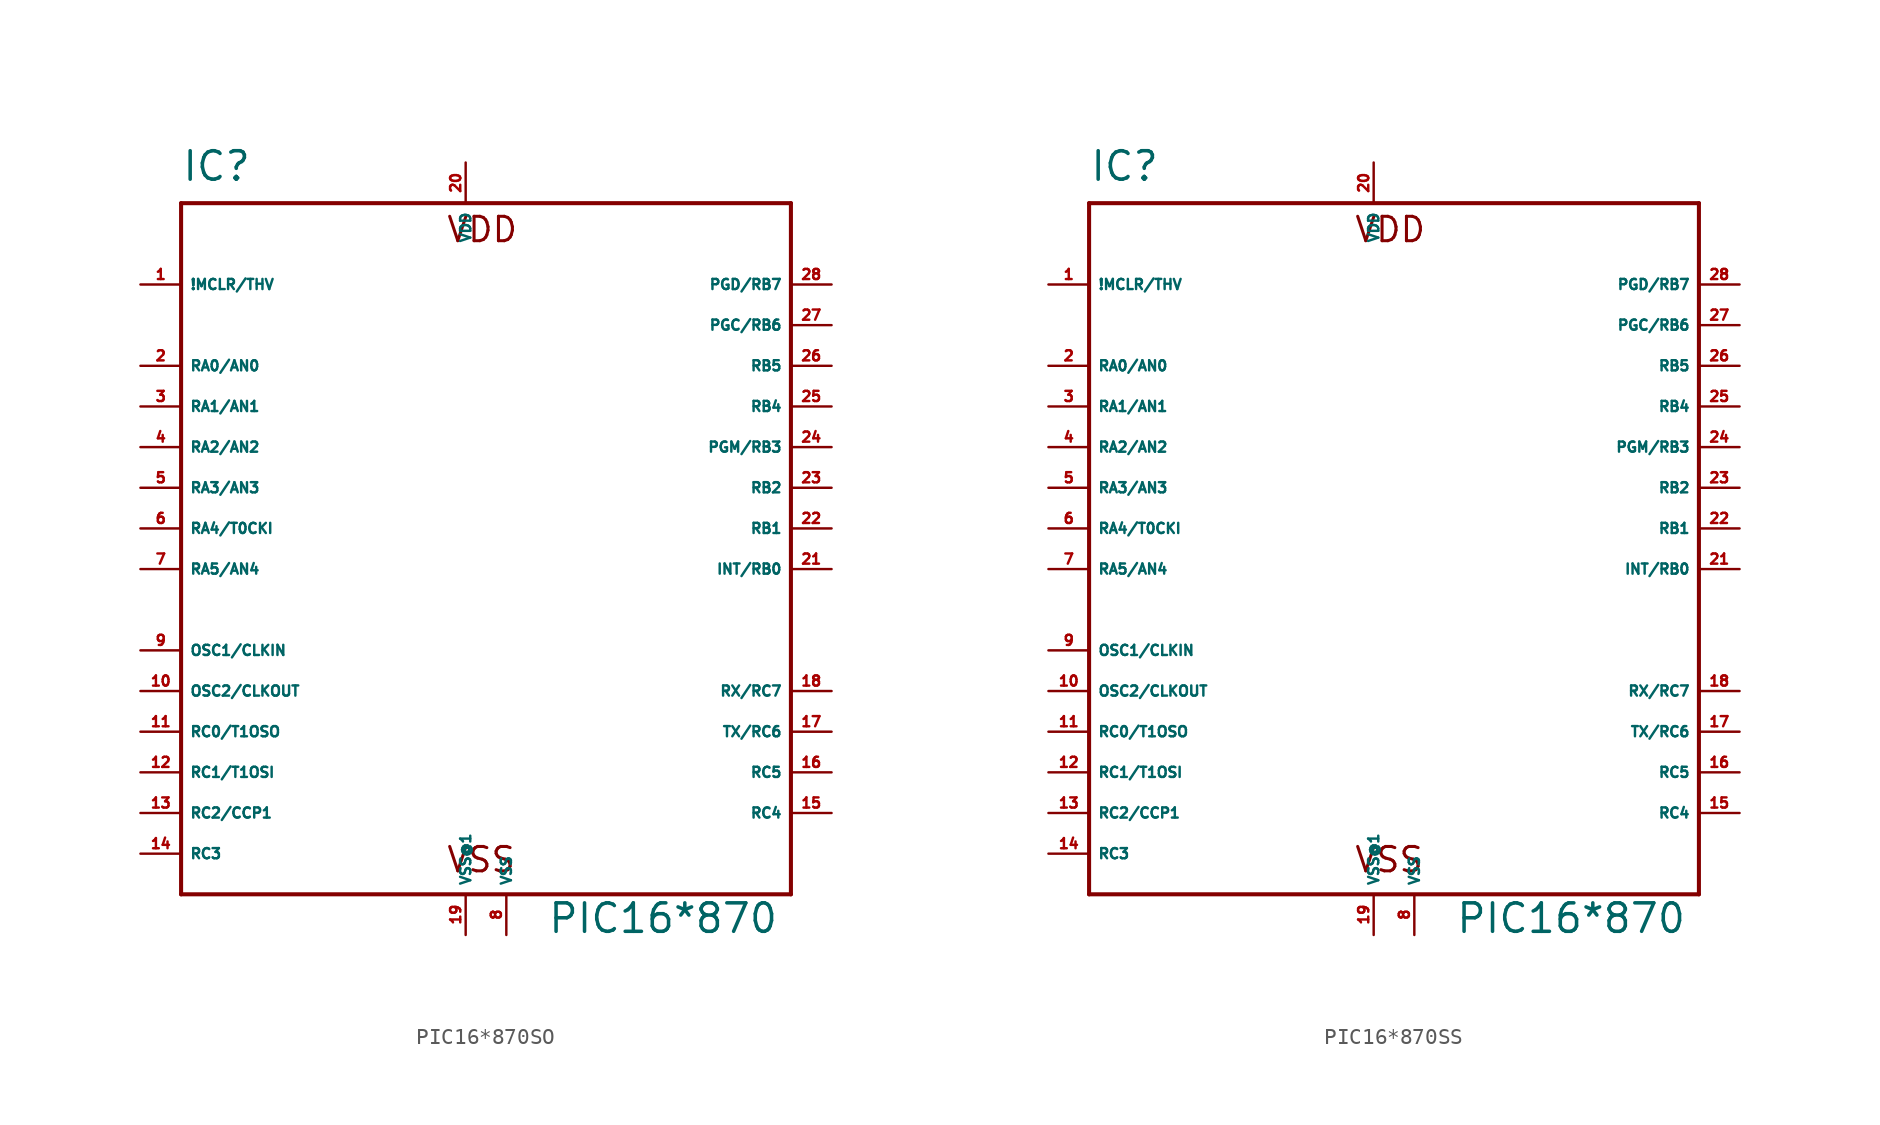
<source format=kicad_sym>
(kicad_symbol_lib
  (version 20220914)
  (generator Eagle2Kicad)
  (symbol "PIC16*870SO"
    (property "Reference" "IC"
      (at -20.32 26.67 0)
      (effects (font (size 1.778 1.778) (thickness 0.22)) (justify left bottom)))
    (property "Value" "PIC16*870"
      (at 2.54 -20.32 0)
      (effects (font (size 1.778 1.778) (thickness 0.22)) (justify left bottom)))
    (polyline
      (pts (xy -20.32 25.4) (xy 17.78 25.4))
      (stroke (width 0.254) (type default))
      (fill (type none)))
    (polyline
      (pts (xy 17.78 25.4) (xy 17.78 -17.78))
      (stroke (width 0.254) (type default))
      (fill (type none)))
    (polyline
      (pts (xy 17.78 -17.78) (xy -20.32 -17.78))
      (stroke (width 0.254) (type default))
      (fill (type none)))
    (polyline
      (pts (xy -20.32 -17.78) (xy -20.32 25.4))
      (stroke (width 0.254) (type default))
      (fill (type none)))
    (text "VDD"
      (at -3.81 22.86 0)
      (effects (font (size 1.524 1.524) (thickness 0.19)) (justify left bottom)))
    (text "VSS"
      (at -3.81 -16.51 0)
      (effects (font (size 1.524 1.524) (thickness 0.19)) (justify left bottom)))
    (pin input line
      (at -22.86 20.32 0)
      (length 2.54)
      (name "!MCLR/THV" (effects (font (size 0.635 0.635) (thickness 0.08)) (justify left bottom)))
      (number "1" (effects (font (size 0.635 0.635) (thickness 0.08)) (justify left bottom))))
    (pin bidirectional line
      (at -22.86 15.24 0)
      (length 2.54)
      (name "RA0/AN0" (effects (font (size 0.635 0.635) (thickness 0.08)) (justify left bottom)))
      (number "2" (effects (font (size 0.635 0.635) (thickness 0.08)) (justify left bottom))))
    (pin bidirectional line
      (at -22.86 12.7 0)
      (length 2.54)
      (name "RA1/AN1" (effects (font (size 0.635 0.635) (thickness 0.08)) (justify left bottom)))
      (number "3" (effects (font (size 0.635 0.635) (thickness 0.08)) (justify left bottom))))
    (pin bidirectional line
      (at -22.86 10.16 0)
      (length 2.54)
      (name "RA2/AN2" (effects (font (size 0.635 0.635) (thickness 0.08)) (justify left bottom)))
      (number "4" (effects (font (size 0.635 0.635) (thickness 0.08)) (justify left bottom))))
    (pin bidirectional line
      (at -22.86 7.62 0)
      (length 2.54)
      (name "RA3/AN3" (effects (font (size 0.635 0.635) (thickness 0.08)) (justify left bottom)))
      (number "5" (effects (font (size 0.635 0.635) (thickness 0.08)) (justify left bottom))))
    (pin bidirectional line
      (at -22.86 5.08 0)
      (length 2.54)
      (name "RA4/T0CKI" (effects (font (size 0.635 0.635) (thickness 0.08)) (justify left bottom)))
      (number "6" (effects (font (size 0.635 0.635) (thickness 0.08)) (justify left bottom))))
    (pin bidirectional line
      (at -22.86 2.54 0)
      (length 2.54)
      (name "RA5/AN4" (effects (font (size 0.635 0.635) (thickness 0.08)) (justify left bottom)))
      (number "7" (effects (font (size 0.635 0.635) (thickness 0.08)) (justify left bottom))))
    (pin input line
      (at -22.86 -2.54 0)
      (length 2.54)
      (name "OSC1/CLKIN" (effects (font (size 0.635 0.635) (thickness 0.08)) (justify left bottom)))
      (number "9" (effects (font (size 0.635 0.635) (thickness 0.08)) (justify left bottom))))
    (pin output line
      (at -22.86 -5.08 0)
      (length 2.54)
      (name "OSC2/CLKOUT" (effects (font (size 0.635 0.635) (thickness 0.08)) (justify left bottom)))
      (number "10" (effects (font (size 0.635 0.635) (thickness 0.08)) (justify left bottom))))
    (pin bidirectional line
      (at -22.86 -7.62 0)
      (length 2.54)
      (name "RC0/T1OSO" (effects (font (size 0.635 0.635) (thickness 0.08)) (justify left bottom)))
      (number "11" (effects (font (size 0.635 0.635) (thickness 0.08)) (justify left bottom))))
    (pin bidirectional line
      (at -22.86 -10.16 0)
      (length 2.54)
      (name "RC1/T1OSI" (effects (font (size 0.635 0.635) (thickness 0.08)) (justify left bottom)))
      (number "12" (effects (font (size 0.635 0.635) (thickness 0.08)) (justify left bottom))))
    (pin bidirectional line
      (at -22.86 -12.7 0)
      (length 2.54)
      (name "RC2/CCP1" (effects (font (size 0.635 0.635) (thickness 0.08)) (justify left bottom)))
      (number "13" (effects (font (size 0.635 0.635) (thickness 0.08)) (justify left bottom))))
    (pin bidirectional line
      (at -22.86 -15.24 0)
      (length 2.54)
      (name "RC3" (effects (font (size 0.635 0.635) (thickness 0.08)) (justify left bottom)))
      (number "14" (effects (font (size 0.635 0.635) (thickness 0.08)) (justify left bottom))))
    (pin bidirectional line
      (at 20.32 -12.7 180)
      (length 2.54)
      (name "RC4" (effects (font (size 0.635 0.635) (thickness 0.08)) (justify left bottom)))
      (number "15" (effects (font (size 0.635 0.635) (thickness 0.08)) (justify left bottom))))
    (pin bidirectional line
      (at 20.32 -10.16 180)
      (length 2.54)
      (name "RC5" (effects (font (size 0.635 0.635) (thickness 0.08)) (justify left bottom)))
      (number "16" (effects (font (size 0.635 0.635) (thickness 0.08)) (justify left bottom))))
    (pin bidirectional line
      (at 20.32 -7.62 180)
      (length 2.54)
      (name "TX/RC6" (effects (font (size 0.635 0.635) (thickness 0.08)) (justify left bottom)))
      (number "17" (effects (font (size 0.635 0.635) (thickness 0.08)) (justify left bottom))))
    (pin bidirectional line
      (at 20.32 -5.08 180)
      (length 2.54)
      (name "RX/RC7" (effects (font (size 0.635 0.635) (thickness 0.08)) (justify left bottom)))
      (number "18" (effects (font (size 0.635 0.635) (thickness 0.08)) (justify left bottom))))
    (pin unspecified line
      (at 0 -20.32 90)
      (length 2.54)
      (name "VSS" (effects (font (size 0.635 0.635) (thickness 0.08)) (justify left bottom)))
      (number "8" (effects (font (size 0.635 0.635) (thickness 0.08)) (justify left bottom))))
    (pin unspecified line
      (at -2.54 27.94 270)
      (length 2.54)
      (name "VDD" (effects (font (size 0.635 0.635) (thickness 0.08)) (justify left bottom)))
      (number "20" (effects (font (size 0.635 0.635) (thickness 0.08)) (justify left bottom))))
    (pin bidirectional line
      (at 20.32 2.54 180)
      (length 2.54)
      (name "INT/RB0" (effects (font (size 0.635 0.635) (thickness 0.08)) (justify left bottom)))
      (number "21" (effects (font (size 0.635 0.635) (thickness 0.08)) (justify left bottom))))
    (pin bidirectional line
      (at 20.32 5.08 180)
      (length 2.54)
      (name "RB1" (effects (font (size 0.635 0.635) (thickness 0.08)) (justify left bottom)))
      (number "22" (effects (font (size 0.635 0.635) (thickness 0.08)) (justify left bottom))))
    (pin bidirectional line
      (at 20.32 7.62 180)
      (length 2.54)
      (name "RB2" (effects (font (size 0.635 0.635) (thickness 0.08)) (justify left bottom)))
      (number "23" (effects (font (size 0.635 0.635) (thickness 0.08)) (justify left bottom))))
    (pin bidirectional line
      (at 20.32 10.16 180)
      (length 2.54)
      (name "PGM/RB3" (effects (font (size 0.635 0.635) (thickness 0.08)) (justify left bottom)))
      (number "24" (effects (font (size 0.635 0.635) (thickness 0.08)) (justify left bottom))))
    (pin bidirectional line
      (at 20.32 12.7 180)
      (length 2.54)
      (name "RB4" (effects (font (size 0.635 0.635) (thickness 0.08)) (justify left bottom)))
      (number "25" (effects (font (size 0.635 0.635) (thickness 0.08)) (justify left bottom))))
    (pin bidirectional line
      (at 20.32 15.24 180)
      (length 2.54)
      (name "RB5" (effects (font (size 0.635 0.635) (thickness 0.08)) (justify left bottom)))
      (number "26" (effects (font (size 0.635 0.635) (thickness 0.08)) (justify left bottom))))
    (pin bidirectional line
      (at 20.32 17.78 180)
      (length 2.54)
      (name "PGC/RB6" (effects (font (size 0.635 0.635) (thickness 0.08)) (justify left bottom)))
      (number "27" (effects (font (size 0.635 0.635) (thickness 0.08)) (justify left bottom))))
    (pin bidirectional line
      (at 20.32 20.32 180)
      (length 2.54)
      (name "PGD/RB7" (effects (font (size 0.635 0.635) (thickness 0.08)) (justify left bottom)))
      (number "28" (effects (font (size 0.635 0.635) (thickness 0.08)) (justify left bottom))))
    (pin unspecified line
      (at -2.54 -20.32 90)
      (length 2.54)
      (name "VSS@1" (effects (font (size 0.635 0.635) (thickness 0.08)) (justify left bottom)))
      (number "19" (effects (font (size 0.635 0.635) (thickness 0.08)) (justify left bottom)))))
  (symbol "PIC16*870SS"
    (property "Reference" "IC"
      (at -20.32 26.67 0)
      (effects (font (size 1.778 1.778) (thickness 0.22)) (justify left bottom)))
    (property "Value" "PIC16*870"
      (at 2.54 -20.32 0)
      (effects (font (size 1.778 1.778) (thickness 0.22)) (justify left bottom)))
    (polyline
      (pts (xy -20.32 25.4) (xy 17.78 25.4))
      (stroke (width 0.254) (type default))
      (fill (type none)))
    (polyline
      (pts (xy 17.78 25.4) (xy 17.78 -17.78))
      (stroke (width 0.254) (type default))
      (fill (type none)))
    (polyline
      (pts (xy 17.78 -17.78) (xy -20.32 -17.78))
      (stroke (width 0.254) (type default))
      (fill (type none)))
    (polyline
      (pts (xy -20.32 -17.78) (xy -20.32 25.4))
      (stroke (width 0.254) (type default))
      (fill (type none)))
    (text "VDD"
      (at -3.81 22.86 0)
      (effects (font (size 1.524 1.524) (thickness 0.19)) (justify left bottom)))
    (text "VSS"
      (at -3.81 -16.51 0)
      (effects (font (size 1.524 1.524) (thickness 0.19)) (justify left bottom)))
    (pin input line
      (at -22.86 20.32 0)
      (length 2.54)
      (name "!MCLR/THV" (effects (font (size 0.635 0.635) (thickness 0.08)) (justify left bottom)))
      (number "1" (effects (font (size 0.635 0.635) (thickness 0.08)) (justify left bottom))))
    (pin bidirectional line
      (at -22.86 15.24 0)
      (length 2.54)
      (name "RA0/AN0" (effects (font (size 0.635 0.635) (thickness 0.08)) (justify left bottom)))
      (number "2" (effects (font (size 0.635 0.635) (thickness 0.08)) (justify left bottom))))
    (pin bidirectional line
      (at -22.86 12.7 0)
      (length 2.54)
      (name "RA1/AN1" (effects (font (size 0.635 0.635) (thickness 0.08)) (justify left bottom)))
      (number "3" (effects (font (size 0.635 0.635) (thickness 0.08)) (justify left bottom))))
    (pin bidirectional line
      (at -22.86 10.16 0)
      (length 2.54)
      (name "RA2/AN2" (effects (font (size 0.635 0.635) (thickness 0.08)) (justify left bottom)))
      (number "4" (effects (font (size 0.635 0.635) (thickness 0.08)) (justify left bottom))))
    (pin bidirectional line
      (at -22.86 7.62 0)
      (length 2.54)
      (name "RA3/AN3" (effects (font (size 0.635 0.635) (thickness 0.08)) (justify left bottom)))
      (number "5" (effects (font (size 0.635 0.635) (thickness 0.08)) (justify left bottom))))
    (pin bidirectional line
      (at -22.86 5.08 0)
      (length 2.54)
      (name "RA4/T0CKI" (effects (font (size 0.635 0.635) (thickness 0.08)) (justify left bottom)))
      (number "6" (effects (font (size 0.635 0.635) (thickness 0.08)) (justify left bottom))))
    (pin bidirectional line
      (at -22.86 2.54 0)
      (length 2.54)
      (name "RA5/AN4" (effects (font (size 0.635 0.635) (thickness 0.08)) (justify left bottom)))
      (number "7" (effects (font (size 0.635 0.635) (thickness 0.08)) (justify left bottom))))
    (pin input line
      (at -22.86 -2.54 0)
      (length 2.54)
      (name "OSC1/CLKIN" (effects (font (size 0.635 0.635) (thickness 0.08)) (justify left bottom)))
      (number "9" (effects (font (size 0.635 0.635) (thickness 0.08)) (justify left bottom))))
    (pin output line
      (at -22.86 -5.08 0)
      (length 2.54)
      (name "OSC2/CLKOUT" (effects (font (size 0.635 0.635) (thickness 0.08)) (justify left bottom)))
      (number "10" (effects (font (size 0.635 0.635) (thickness 0.08)) (justify left bottom))))
    (pin bidirectional line
      (at -22.86 -7.62 0)
      (length 2.54)
      (name "RC0/T1OSO" (effects (font (size 0.635 0.635) (thickness 0.08)) (justify left bottom)))
      (number "11" (effects (font (size 0.635 0.635) (thickness 0.08)) (justify left bottom))))
    (pin bidirectional line
      (at -22.86 -10.16 0)
      (length 2.54)
      (name "RC1/T1OSI" (effects (font (size 0.635 0.635) (thickness 0.08)) (justify left bottom)))
      (number "12" (effects (font (size 0.635 0.635) (thickness 0.08)) (justify left bottom))))
    (pin bidirectional line
      (at -22.86 -12.7 0)
      (length 2.54)
      (name "RC2/CCP1" (effects (font (size 0.635 0.635) (thickness 0.08)) (justify left bottom)))
      (number "13" (effects (font (size 0.635 0.635) (thickness 0.08)) (justify left bottom))))
    (pin bidirectional line
      (at -22.86 -15.24 0)
      (length 2.54)
      (name "RC3" (effects (font (size 0.635 0.635) (thickness 0.08)) (justify left bottom)))
      (number "14" (effects (font (size 0.635 0.635) (thickness 0.08)) (justify left bottom))))
    (pin bidirectional line
      (at 20.32 -12.7 180)
      (length 2.54)
      (name "RC4" (effects (font (size 0.635 0.635) (thickness 0.08)) (justify left bottom)))
      (number "15" (effects (font (size 0.635 0.635) (thickness 0.08)) (justify left bottom))))
    (pin bidirectional line
      (at 20.32 -10.16 180)
      (length 2.54)
      (name "RC5" (effects (font (size 0.635 0.635) (thickness 0.08)) (justify left bottom)))
      (number "16" (effects (font (size 0.635 0.635) (thickness 0.08)) (justify left bottom))))
    (pin bidirectional line
      (at 20.32 -7.62 180)
      (length 2.54)
      (name "TX/RC6" (effects (font (size 0.635 0.635) (thickness 0.08)) (justify left bottom)))
      (number "17" (effects (font (size 0.635 0.635) (thickness 0.08)) (justify left bottom))))
    (pin bidirectional line
      (at 20.32 -5.08 180)
      (length 2.54)
      (name "RX/RC7" (effects (font (size 0.635 0.635) (thickness 0.08)) (justify left bottom)))
      (number "18" (effects (font (size 0.635 0.635) (thickness 0.08)) (justify left bottom))))
    (pin unspecified line
      (at 0 -20.32 90)
      (length 2.54)
      (name "VSS" (effects (font (size 0.635 0.635) (thickness 0.08)) (justify left bottom)))
      (number "8" (effects (font (size 0.635 0.635) (thickness 0.08)) (justify left bottom))))
    (pin unspecified line
      (at -2.54 27.94 270)
      (length 2.54)
      (name "VDD" (effects (font (size 0.635 0.635) (thickness 0.08)) (justify left bottom)))
      (number "20" (effects (font (size 0.635 0.635) (thickness 0.08)) (justify left bottom))))
    (pin bidirectional line
      (at 20.32 2.54 180)
      (length 2.54)
      (name "INT/RB0" (effects (font (size 0.635 0.635) (thickness 0.08)) (justify left bottom)))
      (number "21" (effects (font (size 0.635 0.635) (thickness 0.08)) (justify left bottom))))
    (pin bidirectional line
      (at 20.32 5.08 180)
      (length 2.54)
      (name "RB1" (effects (font (size 0.635 0.635) (thickness 0.08)) (justify left bottom)))
      (number "22" (effects (font (size 0.635 0.635) (thickness 0.08)) (justify left bottom))))
    (pin bidirectional line
      (at 20.32 7.62 180)
      (length 2.54)
      (name "RB2" (effects (font (size 0.635 0.635) (thickness 0.08)) (justify left bottom)))
      (number "23" (effects (font (size 0.635 0.635) (thickness 0.08)) (justify left bottom))))
    (pin bidirectional line
      (at 20.32 10.16 180)
      (length 2.54)
      (name "PGM/RB3" (effects (font (size 0.635 0.635) (thickness 0.08)) (justify left bottom)))
      (number "24" (effects (font (size 0.635 0.635) (thickness 0.08)) (justify left bottom))))
    (pin bidirectional line
      (at 20.32 12.7 180)
      (length 2.54)
      (name "RB4" (effects (font (size 0.635 0.635) (thickness 0.08)) (justify left bottom)))
      (number "25" (effects (font (size 0.635 0.635) (thickness 0.08)) (justify left bottom))))
    (pin bidirectional line
      (at 20.32 15.24 180)
      (length 2.54)
      (name "RB5" (effects (font (size 0.635 0.635) (thickness 0.08)) (justify left bottom)))
      (number "26" (effects (font (size 0.635 0.635) (thickness 0.08)) (justify left bottom))))
    (pin bidirectional line
      (at 20.32 17.78 180)
      (length 2.54)
      (name "PGC/RB6" (effects (font (size 0.635 0.635) (thickness 0.08)) (justify left bottom)))
      (number "27" (effects (font (size 0.635 0.635) (thickness 0.08)) (justify left bottom))))
    (pin bidirectional line
      (at 20.32 20.32 180)
      (length 2.54)
      (name "PGD/RB7" (effects (font (size 0.635 0.635) (thickness 0.08)) (justify left bottom)))
      (number "28" (effects (font (size 0.635 0.635) (thickness 0.08)) (justify left bottom))))
    (pin unspecified line
      (at -2.54 -20.32 90)
      (length 2.54)
      (name "VSS@1" (effects (font (size 0.635 0.635) (thickness 0.08)) (justify left bottom)))
      (number "19" (effects (font (size 0.635 0.635) (thickness 0.08)) (justify left bottom))))))
</source>
